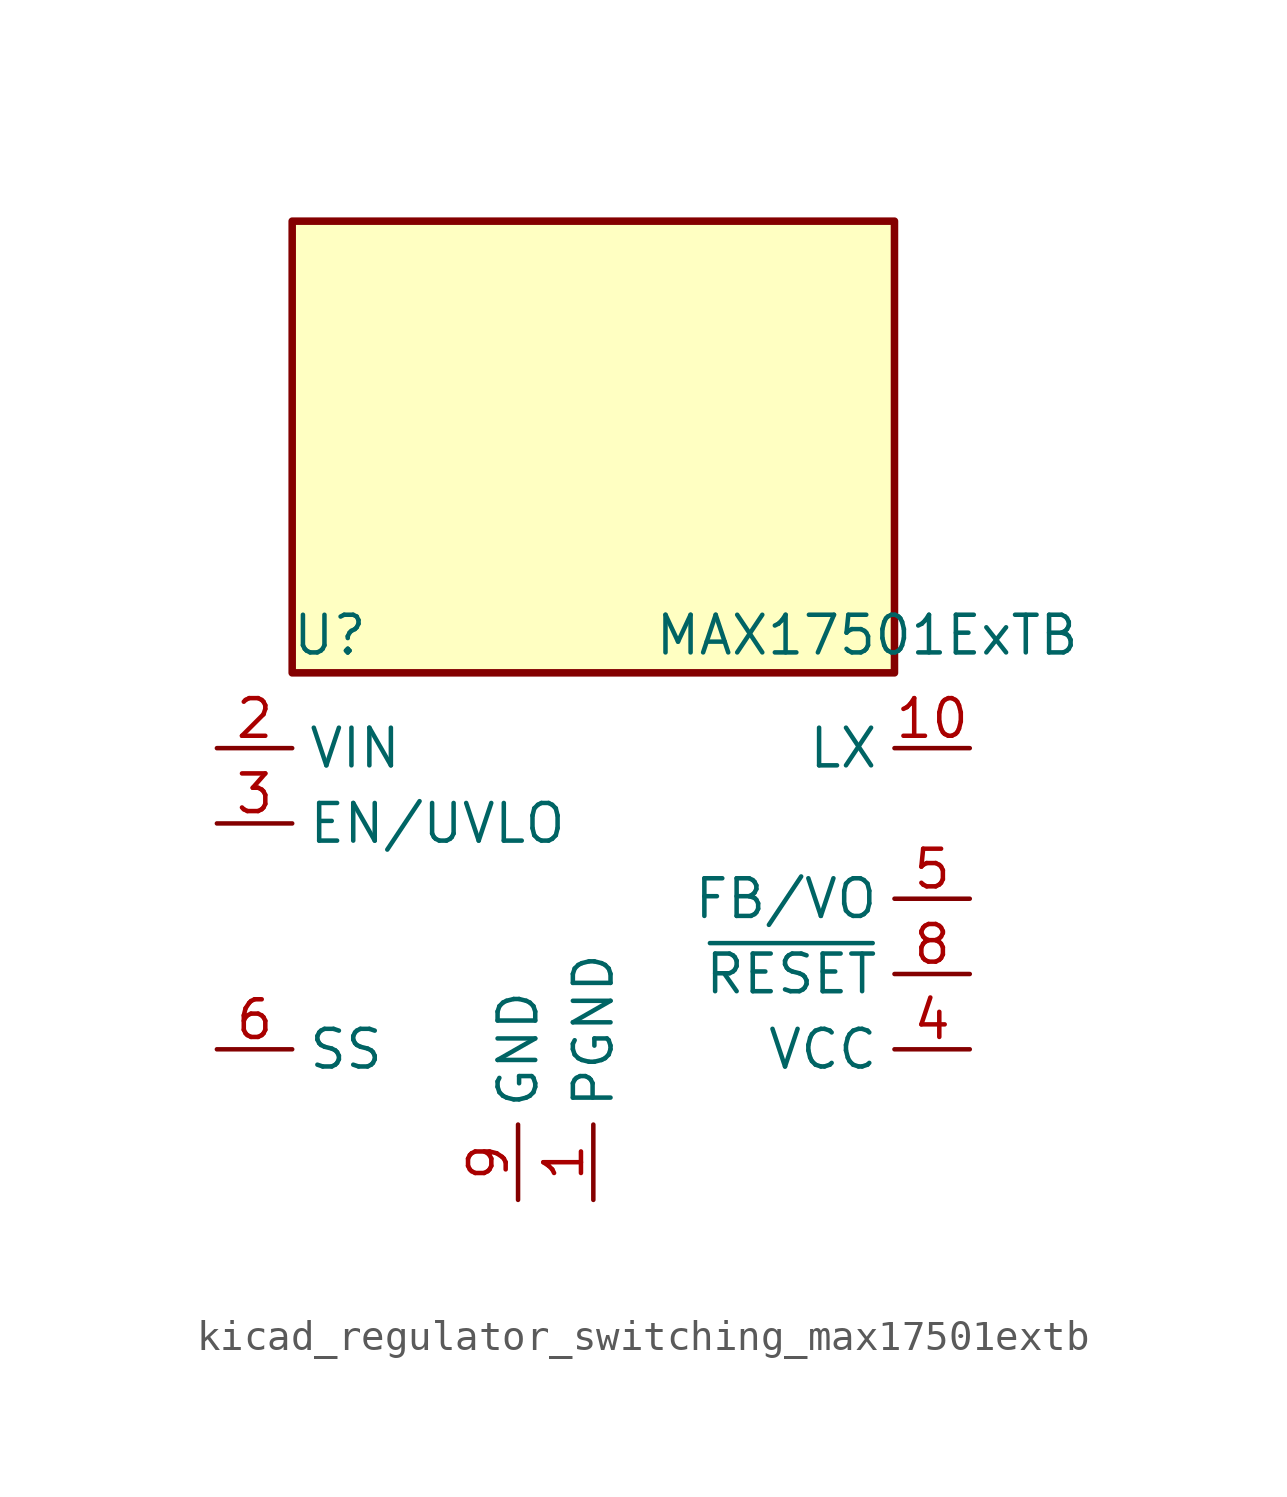
<source format=kicad_sym>
(kicad_symbol_lib
  (version 20220914)
  (generator kicad_symbol_editor)
  (symbol "kicad_regulator_switching_max17501extb"
    (property "Reference" "U"
      (at -8.89 8.89 0)
      (effects (font (size 1.27 1.27))))
    (property "Value" "MAX17501ExTB"
      (at 2.032 8.89 0)
      (effects (font (size 1.27 1.27)) (justify left)))
    (symbol "kicad_regulator_switching_max17501extb_0_1"
      (rectangle (start 10.16 22.86) (end -10.16 7.62) (stroke (width 0.254) (type default)) (fill (type background))))
    (symbol "kicad_regulator_switching_max17501extb_1_1"
      (pin power_in line (at 0 -10.16 90) (length 2.54) (name "PGND" (effects (font (size 1.27 1.27)))) (number "1" (effects (font (size 1.27 1.27)))))
      (pin power_out line (at 12.7 5.08 180) (length 2.54) (name "LX" (effects (font (size 1.27 1.27)))) (number "10" (effects (font (size 1.27 1.27)))))
      (pin passive line (at -2.54 -10.16 90) (length 2.54) hide (name "GND" (effects (font (size 1.27 1.27)))) (number "11" (effects (font (size 1.27 1.27)))))
      (pin power_in line (at -12.7 5.08 0) (length 2.54) (name "VIN" (effects (font (size 1.27 1.27)))) (number "2" (effects (font (size 1.27 1.27)))))
      (pin input line (at -12.7 2.54 0) (length 2.54) (name "EN/UVLO" (effects (font (size 1.27 1.27)))) (number "3" (effects (font (size 1.27 1.27)))))
      (pin power_out line (at 12.7 -5.08 180) (length 2.54) (name "VCC" (effects (font (size 1.27 1.27)))) (number "4" (effects (font (size 1.27 1.27)))))
      (pin input line (at 12.7 0 180) (length 2.54) (name "FB/VO" (effects (font (size 1.27 1.27)))) (number "5" (effects (font (size 1.27 1.27)))))
      (pin passive line (at -12.7 -5.08 0) (length 2.54) (name "SS" (effects (font (size 1.27 1.27)))) (number "6" (effects (font (size 1.27 1.27)))))
      (pin no_connect line (at -10.16 -2.54 0) (length 2.54) hide (name "NC" (effects (font (size 1.27 1.27)))) (number "7" (effects (font (size 1.27 1.27)))))
      (pin open_collector line (at 12.7 -2.54 180) (length 2.54) (name "~{RESET}" (effects (font (size 1.27 1.27)))) (number "8" (effects (font (size 1.27 1.27)))))
      (pin power_in line (at -2.54 -10.16 90) (length 2.54) (name "GND" (effects (font (size 1.27 1.27)))) (number "9" (effects (font (size 1.27 1.27))))))))
</source>
